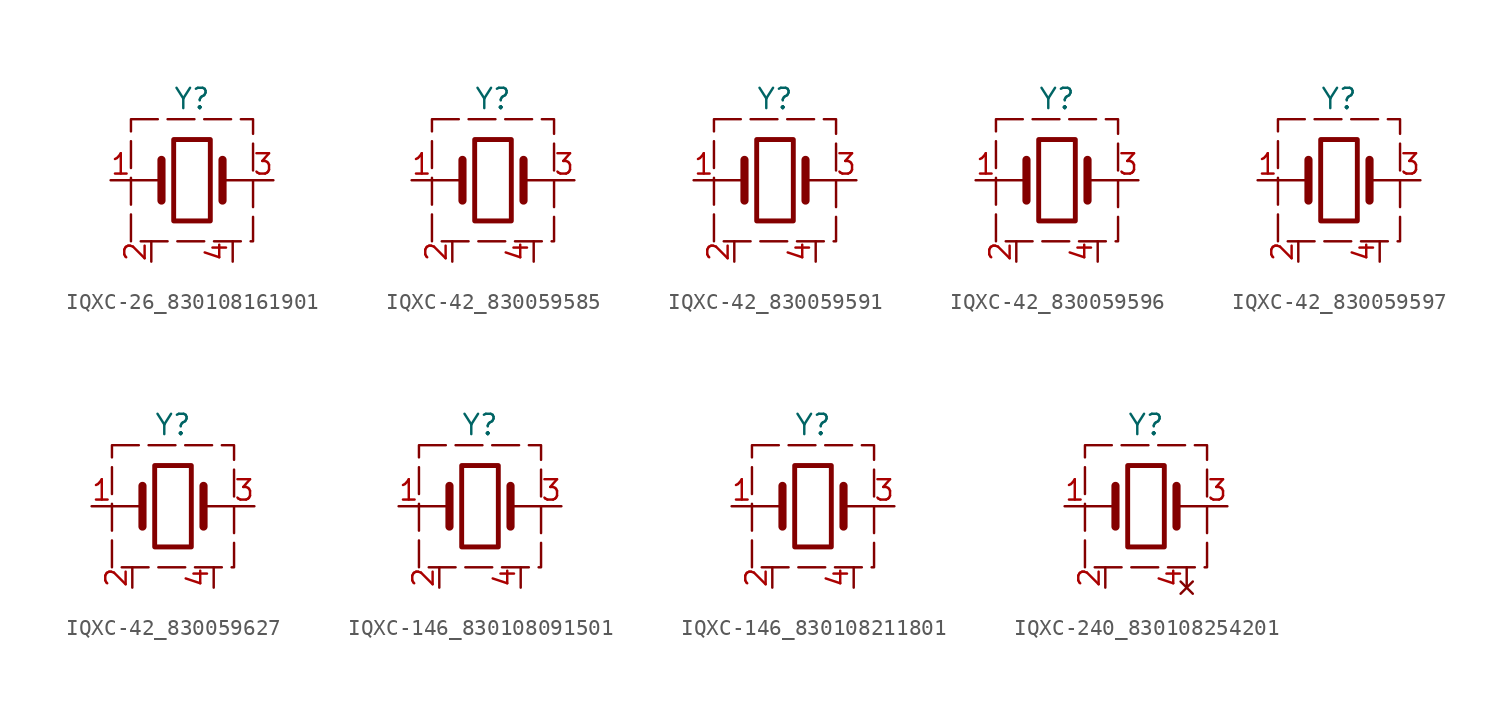
<source format=kicad_sym>
(kicad_symbol_lib
  (version 20220914)
  (generator kicad_symbol_editor)
  (symbol "IQXC-26_830108161901"
    (pin_names hide)
    (property "Reference" "Y"
      (at 0 5.08 0)
      (effects (font (size 1.27 1.27))))
    (property "Critical Parameter" ""
      (at 0 -5.08 0)
      (effects (font (size 1.27 1.27)) (justify left)))
    (symbol "IQXC-26_830108161901_0_1"
      (rectangle (start -1.143 2.54) (end 1.143 -2.54) (stroke (width 0.305) (type default)) (fill (type none)))
      (polyline (pts (xy -3.81 0) (xy -1.905 0)) (stroke (width 0) (type default)) (fill (type none)))
      (polyline (pts (xy -1.905 -1.27) (xy -1.905 1.27)) (stroke (width 0.508) (type default)) (fill (type none)))
      (polyline (pts (xy 1.905 -1.27) (xy 1.905 1.27)) (stroke (width 0.508) (type default)) (fill (type none)))
      (polyline (pts (xy 3.81 0) (xy 1.905 0)) (stroke (width 0) (type default)) (fill (type none))))
    (symbol "IQXC-26_830108161901_1_1"
      (rectangle (start -3.81 3.81) (end 3.81 -3.81) (stroke (width 0) (type dash)) (fill (type none)))
      (pin passive line (at -5.08 0 0) (length 1.27) (name "1" (effects (font (size 1.27 1.27)))) (number "1" (effects (font (size 1.27 1.27)))))
      (pin passive line (at -2.54 -5.08 90) (length 1.27) (name "GND" (effects (font (size 1.27 1.27)))) (number "2" (effects (font (size 1.27 1.27)))))
      (pin passive line (at 5.08 0 180) (length 1.27) (name "3" (effects (font (size 1.27 1.27)))) (number "3" (effects (font (size 1.27 1.27)))))
      (pin passive line (at 2.54 -5.08 90) (length 1.27) (name "GND1" (effects (font (size 1.27 1.27)))) (number "4" (effects (font (size 1.27 1.27)))))))
  (symbol "IQXC-42_830059585"
    (pin_names hide)
    (property "Reference" "Y"
      (at 0 5.08 0)
      (effects (font (size 1.27 1.27))))
    (property "Critical Parameter" ""
      (at 0 -5.08 0)
      (effects (font (size 1.27 1.27)) (justify left)))
    (symbol "IQXC-42_830059585_0_1"
      (rectangle (start -1.143 2.54) (end 1.143 -2.54) (stroke (width 0.305) (type default)) (fill (type none)))
      (polyline (pts (xy -3.81 0) (xy -1.905 0)) (stroke (width 0) (type default)) (fill (type none)))
      (polyline (pts (xy -1.905 -1.27) (xy -1.905 1.27)) (stroke (width 0.508) (type default)) (fill (type none)))
      (polyline (pts (xy 1.905 -1.27) (xy 1.905 1.27)) (stroke (width 0.508) (type default)) (fill (type none)))
      (polyline (pts (xy 3.81 0) (xy 1.905 0)) (stroke (width 0) (type default)) (fill (type none))))
    (symbol "IQXC-42_830059585_1_1"
      (rectangle (start -3.81 3.81) (end 3.81 -3.81) (stroke (width 0) (type dash)) (fill (type none)))
      (pin passive line (at -5.08 0 0) (length 1.27) (name "1" (effects (font (size 1.27 1.27)))) (number "1" (effects (font (size 1.27 1.27)))))
      (pin passive line (at -2.54 -5.08 90) (length 1.27) (name "GND" (effects (font (size 1.27 1.27)))) (number "2" (effects (font (size 1.27 1.27)))))
      (pin passive line (at 5.08 0 180) (length 1.27) (name "3" (effects (font (size 1.27 1.27)))) (number "3" (effects (font (size 1.27 1.27)))))
      (pin passive line (at 2.54 -5.08 90) (length 1.27) (name "GND1" (effects (font (size 1.27 1.27)))) (number "4" (effects (font (size 1.27 1.27)))))))
  (symbol "IQXC-42_830059591"
    (pin_names hide)
    (property "Reference" "Y"
      (at 0 5.08 0)
      (effects (font (size 1.27 1.27))))
    (property "Critical Parameter" ""
      (at 0 -5.08 0)
      (effects (font (size 1.27 1.27)) (justify left)))
    (symbol "IQXC-42_830059591_0_1"
      (rectangle (start -1.143 2.54) (end 1.143 -2.54) (stroke (width 0.305) (type default)) (fill (type none)))
      (polyline (pts (xy -3.81 0) (xy -1.905 0)) (stroke (width 0) (type default)) (fill (type none)))
      (polyline (pts (xy -1.905 -1.27) (xy -1.905 1.27)) (stroke (width 0.508) (type default)) (fill (type none)))
      (polyline (pts (xy 1.905 -1.27) (xy 1.905 1.27)) (stroke (width 0.508) (type default)) (fill (type none)))
      (polyline (pts (xy 3.81 0) (xy 1.905 0)) (stroke (width 0) (type default)) (fill (type none))))
    (symbol "IQXC-42_830059591_1_1"
      (rectangle (start -3.81 3.81) (end 3.81 -3.81) (stroke (width 0) (type dash)) (fill (type none)))
      (pin passive line (at -5.08 0 0) (length 1.27) (name "1" (effects (font (size 1.27 1.27)))) (number "1" (effects (font (size 1.27 1.27)))))
      (pin passive line (at -2.54 -5.08 90) (length 1.27) (name "GND" (effects (font (size 1.27 1.27)))) (number "2" (effects (font (size 1.27 1.27)))))
      (pin passive line (at 5.08 0 180) (length 1.27) (name "3" (effects (font (size 1.27 1.27)))) (number "3" (effects (font (size 1.27 1.27)))))
      (pin passive line (at 2.54 -5.08 90) (length 1.27) (name "GND1" (effects (font (size 1.27 1.27)))) (number "4" (effects (font (size 1.27 1.27)))))))
  (symbol "IQXC-42_830059596"
    (pin_names hide)
    (property "Reference" "Y"
      (at 0 5.08 0)
      (effects (font (size 1.27 1.27))))
    (property "Critical Parameter" ""
      (at 0 -5.08 0)
      (effects (font (size 1.27 1.27)) (justify left)))
    (symbol "IQXC-42_830059596_0_1"
      (rectangle (start -1.143 2.54) (end 1.143 -2.54) (stroke (width 0.305) (type default)) (fill (type none)))
      (polyline (pts (xy -3.81 0) (xy -1.905 0)) (stroke (width 0) (type default)) (fill (type none)))
      (polyline (pts (xy -1.905 -1.27) (xy -1.905 1.27)) (stroke (width 0.508) (type default)) (fill (type none)))
      (polyline (pts (xy 1.905 -1.27) (xy 1.905 1.27)) (stroke (width 0.508) (type default)) (fill (type none)))
      (polyline (pts (xy 3.81 0) (xy 1.905 0)) (stroke (width 0) (type default)) (fill (type none))))
    (symbol "IQXC-42_830059596_1_1"
      (rectangle (start -3.81 3.81) (end 3.81 -3.81) (stroke (width 0) (type dash)) (fill (type none)))
      (pin passive line (at -5.08 0 0) (length 1.27) (name "1" (effects (font (size 1.27 1.27)))) (number "1" (effects (font (size 1.27 1.27)))))
      (pin passive line (at -2.54 -5.08 90) (length 1.27) (name "GND" (effects (font (size 1.27 1.27)))) (number "2" (effects (font (size 1.27 1.27)))))
      (pin passive line (at 5.08 0 180) (length 1.27) (name "3" (effects (font (size 1.27 1.27)))) (number "3" (effects (font (size 1.27 1.27)))))
      (pin passive line (at 2.54 -5.08 90) (length 1.27) (name "GND1" (effects (font (size 1.27 1.27)))) (number "4" (effects (font (size 1.27 1.27)))))))
  (symbol "IQXC-42_830059597"
    (pin_names hide)
    (property "Reference" "Y"
      (at 0 5.08 0)
      (effects (font (size 1.27 1.27))))
    (property "Critical Parameter" ""
      (at 0 -5.08 0)
      (effects (font (size 1.27 1.27)) (justify left)))
    (symbol "IQXC-42_830059597_0_1"
      (rectangle (start -1.143 2.54) (end 1.143 -2.54) (stroke (width 0.305) (type default)) (fill (type none)))
      (polyline (pts (xy -3.81 0) (xy -1.905 0)) (stroke (width 0) (type default)) (fill (type none)))
      (polyline (pts (xy -1.905 -1.27) (xy -1.905 1.27)) (stroke (width 0.508) (type default)) (fill (type none)))
      (polyline (pts (xy 1.905 -1.27) (xy 1.905 1.27)) (stroke (width 0.508) (type default)) (fill (type none)))
      (polyline (pts (xy 3.81 0) (xy 1.905 0)) (stroke (width 0) (type default)) (fill (type none))))
    (symbol "IQXC-42_830059597_1_1"
      (rectangle (start -3.81 3.81) (end 3.81 -3.81) (stroke (width 0) (type dash)) (fill (type none)))
      (pin passive line (at -5.08 0 0) (length 1.27) (name "1" (effects (font (size 1.27 1.27)))) (number "1" (effects (font (size 1.27 1.27)))))
      (pin passive line (at -2.54 -5.08 90) (length 1.27) (name "GND" (effects (font (size 1.27 1.27)))) (number "2" (effects (font (size 1.27 1.27)))))
      (pin passive line (at 5.08 0 180) (length 1.27) (name "3" (effects (font (size 1.27 1.27)))) (number "3" (effects (font (size 1.27 1.27)))))
      (pin passive line (at 2.54 -5.08 90) (length 1.27) (name "GND1" (effects (font (size 1.27 1.27)))) (number "4" (effects (font (size 1.27 1.27)))))))
  (symbol "IQXC-42_830059627"
    (pin_names hide)
    (property "Reference" "Y"
      (at 0 5.08 0)
      (effects (font (size 1.27 1.27))))
    (property "Critical Parameter" ""
      (at 0 -5.08 0)
      (effects (font (size 1.27 1.27)) (justify left)))
    (symbol "IQXC-42_830059627_0_1"
      (rectangle (start -1.143 2.54) (end 1.143 -2.54) (stroke (width 0.305) (type default)) (fill (type none)))
      (polyline (pts (xy -3.81 0) (xy -1.905 0)) (stroke (width 0) (type default)) (fill (type none)))
      (polyline (pts (xy -1.905 -1.27) (xy -1.905 1.27)) (stroke (width 0.508) (type default)) (fill (type none)))
      (polyline (pts (xy 1.905 -1.27) (xy 1.905 1.27)) (stroke (width 0.508) (type default)) (fill (type none)))
      (polyline (pts (xy 3.81 0) (xy 1.905 0)) (stroke (width 0) (type default)) (fill (type none))))
    (symbol "IQXC-42_830059627_1_1"
      (rectangle (start -3.81 3.81) (end 3.81 -3.81) (stroke (width 0) (type dash)) (fill (type none)))
      (pin passive line (at -5.08 0 0) (length 1.27) (name "1" (effects (font (size 1.27 1.27)))) (number "1" (effects (font (size 1.27 1.27)))))
      (pin passive line (at -2.54 -5.08 90) (length 1.27) (name "GND" (effects (font (size 1.27 1.27)))) (number "2" (effects (font (size 1.27 1.27)))))
      (pin passive line (at 5.08 0 180) (length 1.27) (name "3" (effects (font (size 1.27 1.27)))) (number "3" (effects (font (size 1.27 1.27)))))
      (pin passive line (at 2.54 -5.08 90) (length 1.27) (name "GND1" (effects (font (size 1.27 1.27)))) (number "4" (effects (font (size 1.27 1.27)))))))
  (symbol "IQXC-146_830108091501"
    (pin_names hide)
    (property "Reference" "Y"
      (at 0 5.08 0)
      (effects (font (size 1.27 1.27))))
    (property "Critical Parameter" ""
      (at 0 -5.08 0)
      (effects (font (size 1.27 1.27)) (justify left)))
    (symbol "IQXC-146_830108091501_0_1"
      (rectangle (start -1.143 2.54) (end 1.143 -2.54) (stroke (width 0.305) (type default)) (fill (type none)))
      (polyline (pts (xy -3.81 0) (xy -1.905 0)) (stroke (width 0) (type default)) (fill (type none)))
      (polyline (pts (xy -1.905 -1.27) (xy -1.905 1.27)) (stroke (width 0.508) (type default)) (fill (type none)))
      (polyline (pts (xy 1.905 -1.27) (xy 1.905 1.27)) (stroke (width 0.508) (type default)) (fill (type none)))
      (polyline (pts (xy 3.81 0) (xy 1.905 0)) (stroke (width 0) (type default)) (fill (type none))))
    (symbol "IQXC-146_830108091501_1_1"
      (rectangle (start -3.81 3.81) (end 3.81 -3.81) (stroke (width 0) (type dash)) (fill (type none)))
      (pin passive line (at -5.08 0 0) (length 1.27) (name "1" (effects (font (size 1.27 1.27)))) (number "1" (effects (font (size 1.27 1.27)))))
      (pin passive line (at -2.54 -5.08 90) (length 1.27) (name "GND" (effects (font (size 1.27 1.27)))) (number "2" (effects (font (size 1.27 1.27)))))
      (pin passive line (at 5.08 0 180) (length 1.27) (name "3" (effects (font (size 1.27 1.27)))) (number "3" (effects (font (size 1.27 1.27)))))
      (pin passive line (at 2.54 -5.08 90) (length 1.27) (name "GND1" (effects (font (size 1.27 1.27)))) (number "4" (effects (font (size 1.27 1.27)))))))
  (symbol "IQXC-146_830108211801"
    (pin_names hide)
    (property "Reference" "Y"
      (at 0 5.08 0)
      (effects (font (size 1.27 1.27))))
    (property "Critical Parameter" ""
      (at 0 -5.08 0)
      (effects (font (size 1.27 1.27)) (justify left)))
    (symbol "IQXC-146_830108211801_0_1"
      (rectangle (start -1.143 2.54) (end 1.143 -2.54) (stroke (width 0.305) (type default)) (fill (type none)))
      (polyline (pts (xy -3.81 0) (xy -1.905 0)) (stroke (width 0) (type default)) (fill (type none)))
      (polyline (pts (xy -1.905 -1.27) (xy -1.905 1.27)) (stroke (width 0.508) (type default)) (fill (type none)))
      (polyline (pts (xy 1.905 -1.27) (xy 1.905 1.27)) (stroke (width 0.508) (type default)) (fill (type none)))
      (polyline (pts (xy 3.81 0) (xy 1.905 0)) (stroke (width 0) (type default)) (fill (type none))))
    (symbol "IQXC-146_830108211801_1_1"
      (rectangle (start -3.81 3.81) (end 3.81 -3.81) (stroke (width 0) (type dash)) (fill (type none)))
      (pin passive line (at -5.08 0 0) (length 1.27) (name "1" (effects (font (size 1.27 1.27)))) (number "1" (effects (font (size 1.27 1.27)))))
      (pin passive line (at -2.54 -5.08 90) (length 1.27) (name "GND" (effects (font (size 1.27 1.27)))) (number "2" (effects (font (size 1.27 1.27)))))
      (pin passive line (at 5.08 0 180) (length 1.27) (name "3" (effects (font (size 1.27 1.27)))) (number "3" (effects (font (size 1.27 1.27)))))
      (pin passive line (at 2.54 -5.08 90) (length 1.27) (name "GND1" (effects (font (size 1.27 1.27)))) (number "4" (effects (font (size 1.27 1.27)))))))
  (symbol "IQXC-240_830108254201"
    (pin_names hide)
    (property "Reference" "Y"
      (at 0 5.08 0)
      (effects (font (size 1.27 1.27))))
    (property "Critical Parameter" ""
      (at 0 -5.08 0)
      (effects (font (size 1.27 1.27)) (justify left)))
    (symbol "IQXC-240_830108254201_0_1"
      (rectangle (start -1.143 2.54) (end 1.143 -2.54) (stroke (width 0.305) (type default)) (fill (type none)))
      (polyline (pts (xy -3.81 0) (xy -1.905 0)) (stroke (width 0) (type default)) (fill (type none)))
      (polyline (pts (xy -1.905 -1.27) (xy -1.905 1.27)) (stroke (width 0.508) (type default)) (fill (type none)))
      (polyline (pts (xy 1.905 -1.27) (xy 1.905 1.27)) (stroke (width 0.508) (type default)) (fill (type none)))
      (polyline (pts (xy 3.81 0) (xy 1.905 0)) (stroke (width 0) (type default)) (fill (type none))))
    (symbol "IQXC-240_830108254201_1_1"
      (rectangle (start -3.81 3.81) (end 3.81 -3.81) (stroke (width 0) (type dash)) (fill (type none)))
      (pin passive line (at -5.08 0 0) (length 1.27) (name "1" (effects (font (size 1.27 1.27)))) (number "1" (effects (font (size 1.27 1.27)))))
      (pin passive line (at -2.54 -5.08 90) (length 1.27) (name "GND" (effects (font (size 1.27 1.27)))) (number "2" (effects (font (size 1.27 1.27)))))
      (pin passive line (at 5.08 0 180) (length 1.27) (name "3" (effects (font (size 1.27 1.27)))) (number "3" (effects (font (size 1.27 1.27)))))
      (pin no_connect line (at 2.54 -5.08 90) (length 1.27) (name "NC" (effects (font (size 1.27 1.27)))) (number "4" (effects (font (size 1.27 1.27))))))))
</source>
